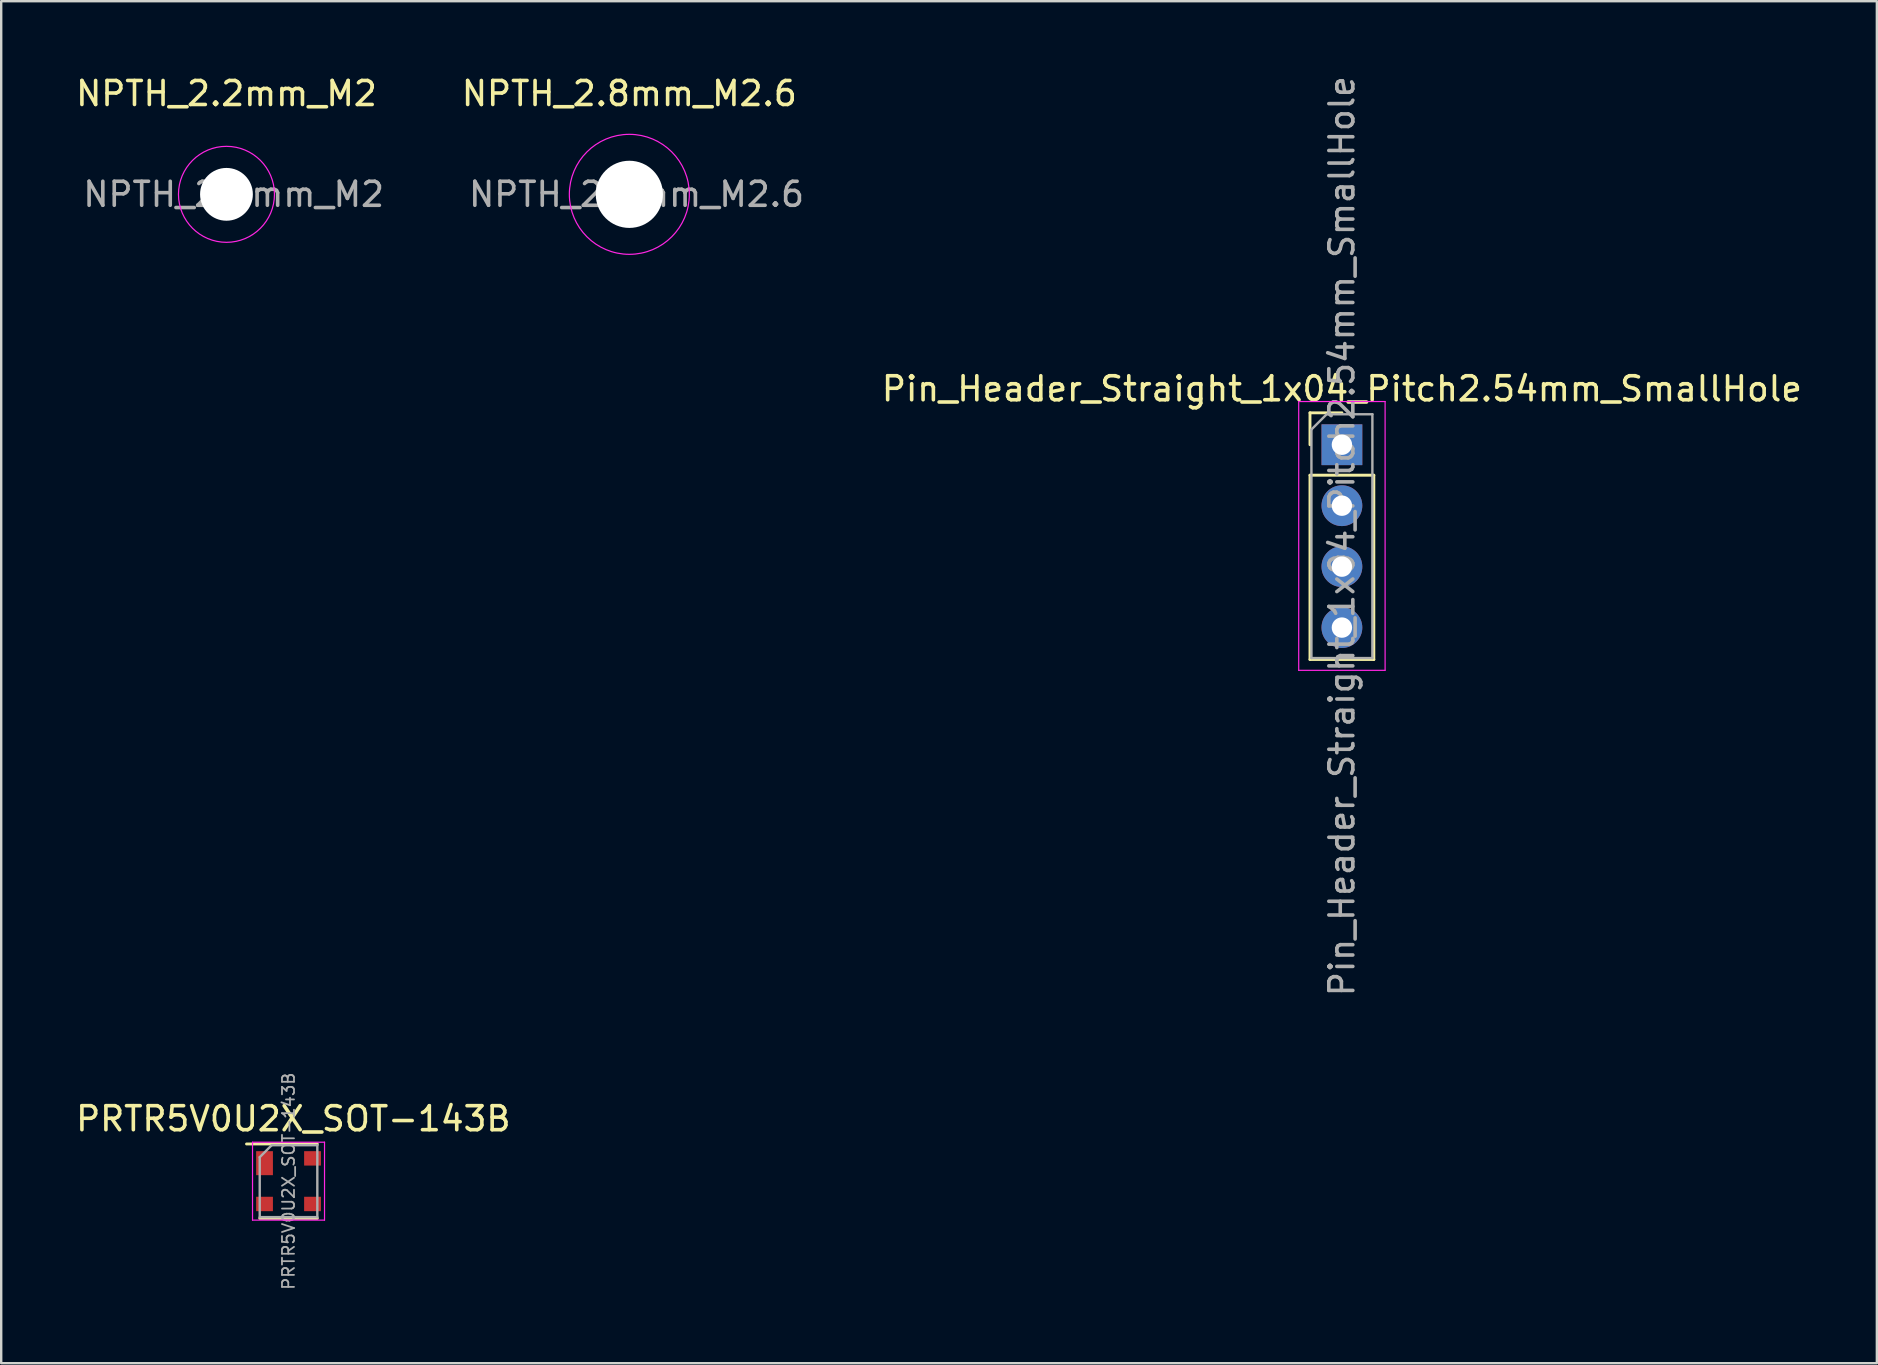
<source format=kicad_pcb>
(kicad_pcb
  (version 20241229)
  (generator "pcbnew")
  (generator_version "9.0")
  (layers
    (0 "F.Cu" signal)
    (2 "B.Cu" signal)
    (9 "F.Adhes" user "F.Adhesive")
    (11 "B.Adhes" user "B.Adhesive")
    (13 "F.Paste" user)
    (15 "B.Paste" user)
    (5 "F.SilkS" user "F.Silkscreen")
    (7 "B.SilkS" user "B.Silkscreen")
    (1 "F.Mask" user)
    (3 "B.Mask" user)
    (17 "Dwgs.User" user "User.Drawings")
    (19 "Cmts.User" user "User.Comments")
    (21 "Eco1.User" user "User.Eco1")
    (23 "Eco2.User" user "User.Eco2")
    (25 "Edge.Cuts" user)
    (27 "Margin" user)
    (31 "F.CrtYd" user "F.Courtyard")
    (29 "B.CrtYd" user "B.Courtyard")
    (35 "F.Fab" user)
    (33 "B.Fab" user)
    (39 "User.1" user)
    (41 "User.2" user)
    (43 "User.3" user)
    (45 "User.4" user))
  (footprint "PRTR5V0U2X_SOT-143B"
    (layer "F.Cu")
    (at 8.973 46.17)
    (property "Reference" "PRTR5V0U2X_SOT-143B" (at 0.2 -2.6 0) (layer "F.SilkS") (effects (font (size 1 1) (thickness 0.15))))
    (attr smd)
    (fp_line (start -1.2 1.55) (end 1.2 1.55) (stroke (width 0.12) (type solid)) (layer "F.SilkS"))
    (fp_line (start 1.2 -1.55) (end -1.75 -1.55) (stroke (width 0.12) (type solid)) (layer "F.SilkS"))
    (fp_line (start -1.5 1.625) (end -1.5 -1.625) (stroke (width 0.05) (type solid)) (layer "F.CrtYd"))
    (fp_line (start -1.5 1.625) (end 1.5 1.625) (stroke (width 0.05) (type solid)) (layer "F.CrtYd"))
    (fp_line (start 1.5 -1.625) (end -1.5 -1.625) (stroke (width 0.05) (type solid)) (layer "F.CrtYd"))
    (fp_line (start 1.5 -1.625) (end 1.5 1.625) (stroke (width 0.05) (type solid)) (layer "F.CrtYd"))
    (fp_line (start -1.2 -1) (end -0.7 -1.5) (stroke (width 0.1) (type solid)) (layer "F.Fab"))
    (fp_line (start -1.2 1.5) (end -1.2 -1) (stroke (width 0.1) (type solid)) (layer "F.Fab"))
    (fp_line (start -0.7 -1.5) (end 1.2 -1.5) (stroke (width 0.1) (type solid)) (layer "F.Fab"))
    (fp_line (start 1.2 -1.5) (end 1.2 1.5) (stroke (width 0.1) (type solid)) (layer "F.Fab"))
    (fp_line (start 1.2 1.5) (end -1.2 1.5) (stroke (width 0.1) (type solid)) (layer "F.Fab"))
    (fp_text user "${REFERENCE}" (at 0 0 90) (layer "F.Fab") (effects (font (size 0.5 0.5) (thickness 0.075))))
    (pad "1" smd rect (at -1 -0.75) (size 0.7 1) (layers "F.Cu" "F.Mask" "F.Paste"))
    (pad "2" smd rect (at -1 0.95) (size 0.7 0.6) (layers "F.Cu" "F.Mask" "F.Paste"))
    (pad "3" smd rect (at 1 0.95) (size 0.7 0.6) (layers "F.Cu" "F.Mask" "F.Paste"))
    (pad "4" smd rect (at 1 -0.95) (size 0.7 0.6) (layers "F.Cu" "F.Mask" "F.Paste")))
  (footprint "Pin_Header_Straight_1x04_Pitch2.54mm_SmallHole"
    (layer "F.Cu")
    (at 52.868 15.482)
    (property "Reference" "Pin_Header_Straight_1x04_Pitch2.54mm_SmallHole" (at 0 -2.33 0) (layer "F.SilkS") (effects (font (size 1 1) (thickness 0.15))))
    (attr through_hole)
    (fp_line (start -1.33 -1.33) (end 0 -1.33) (stroke (width 0.12) (type solid)) (layer "F.SilkS"))
    (fp_line (start -1.33 0) (end -1.33 -1.33) (stroke (width 0.12) (type solid)) (layer "F.SilkS"))
    (fp_line (start -1.33 1.27) (end -1.33 8.95) (stroke (width 0.12) (type solid)) (layer "F.SilkS"))
    (fp_line (start -1.33 1.27) (end 1.33 1.27) (stroke (width 0.12) (type solid)) (layer "F.SilkS"))
    (fp_line (start -1.33 8.95) (end 1.33 8.95) (stroke (width 0.12) (type solid)) (layer "F.SilkS"))
    (fp_line (start 1.33 1.27) (end 1.33 8.95) (stroke (width 0.12) (type solid)) (layer "F.SilkS"))
    (fp_line (start -1.8 -1.8) (end -1.8 9.4) (stroke (width 0.05) (type solid)) (layer "F.CrtYd"))
    (fp_line (start -1.8 9.4) (end 1.8 9.4) (stroke (width 0.05) (type solid)) (layer "F.CrtYd"))
    (fp_line (start 1.8 -1.8) (end -1.8 -1.8) (stroke (width 0.05) (type solid)) (layer "F.CrtYd"))
    (fp_line (start 1.8 9.4) (end 1.8 -1.8) (stroke (width 0.05) (type solid)) (layer "F.CrtYd"))
    (fp_line (start -1.27 -0.635) (end -0.635 -1.27) (stroke (width 0.1) (type solid)) (layer "F.Fab"))
    (fp_line (start -1.27 8.89) (end -1.27 -0.635) (stroke (width 0.1) (type solid)) (layer "F.Fab"))
    (fp_line (start -0.635 -1.27) (end 1.27 -1.27) (stroke (width 0.1) (type solid)) (layer "F.Fab"))
    (fp_line (start 1.27 -1.27) (end 1.27 8.89) (stroke (width 0.1) (type solid)) (layer "F.Fab"))
    (fp_line (start 1.27 8.89) (end -1.27 8.89) (stroke (width 0.1) (type solid)) (layer "F.Fab"))
    (fp_text user "${REFERENCE}" (at 0 3.81 90) (layer "F.Fab") (effects (font (size 1 1) (thickness 0.15))))
    (pad "1" thru_hole rect (at 0 0) (size 1.7 1.7) (drill 0.85) (layers "*.Cu" "*.Mask"))
    (pad "2" thru_hole oval (at 0 2.54) (size 1.7 1.7) (drill 0.85) (layers "*.Cu" "*.Mask"))
    (pad "3" thru_hole oval (at 0 5.08) (size 1.7 1.7) (drill 0.85) (layers "*.Cu" "*.Mask"))
    (pad "4" thru_hole oval (at 0 7.62) (size 1.7 1.7) (drill 0.85) (layers "*.Cu" "*.Mask")))
  (footprint "NPTH_2.8mm_M2.6"
    (layer "F.Cu")
    (at 23.175 5.048)
    (property "Reference" "NPTH_2.8mm_M2.6" (at 0 -4.2 0) (layer "F.SilkS") (effects (font (size 1 1) (thickness 0.15))))
    (attr exclude_from_pos_files exclude_from_bom)
    (fp_circle (center 0 0) (end 2.5 0) (stroke (width 0.05) (type solid)) (fill no) (layer "F.CrtYd"))
    (fp_text user "${REFERENCE}" (at 0.3 0 0) (layer "F.Fab") (effects (font (size 1 1) (thickness 0.15))))
    (pad "" np_thru_hole circle (at 0 0) (size 2.8 2.8) (drill 2.8) (layers "*.Cu" "*.Mask")))
  (footprint "NPTH_2.2mm_M2"
    (layer "F.Cu")
    (at 6.387 5.048)
    (property "Reference" "NPTH_2.2mm_M2" (at 0 -4.2 0) (layer "F.SilkS") (effects (font (size 1 1) (thickness 0.15))))
    (attr exclude_from_pos_files exclude_from_bom)
    (fp_circle (center 0 0) (end 2 0) (stroke (width 0.05) (type solid)) (fill no) (layer "F.CrtYd"))
    (fp_text user "${REFERENCE}" (at 0.3 0 0) (layer "F.Fab") (effects (font (size 1 1) (thickness 0.15))))
    (pad "" np_thru_hole circle (at 0 0) (size 2.2 2.2) (drill 2.2) (layers "*.Cu" "*.Mask")))
  (gr_rect
    (start -3 -3)
    (end 75.16 53.756)
    (stroke (width 0.1) (type default))
    (fill no)
    (layer "Edge.Cuts")))
</source>
